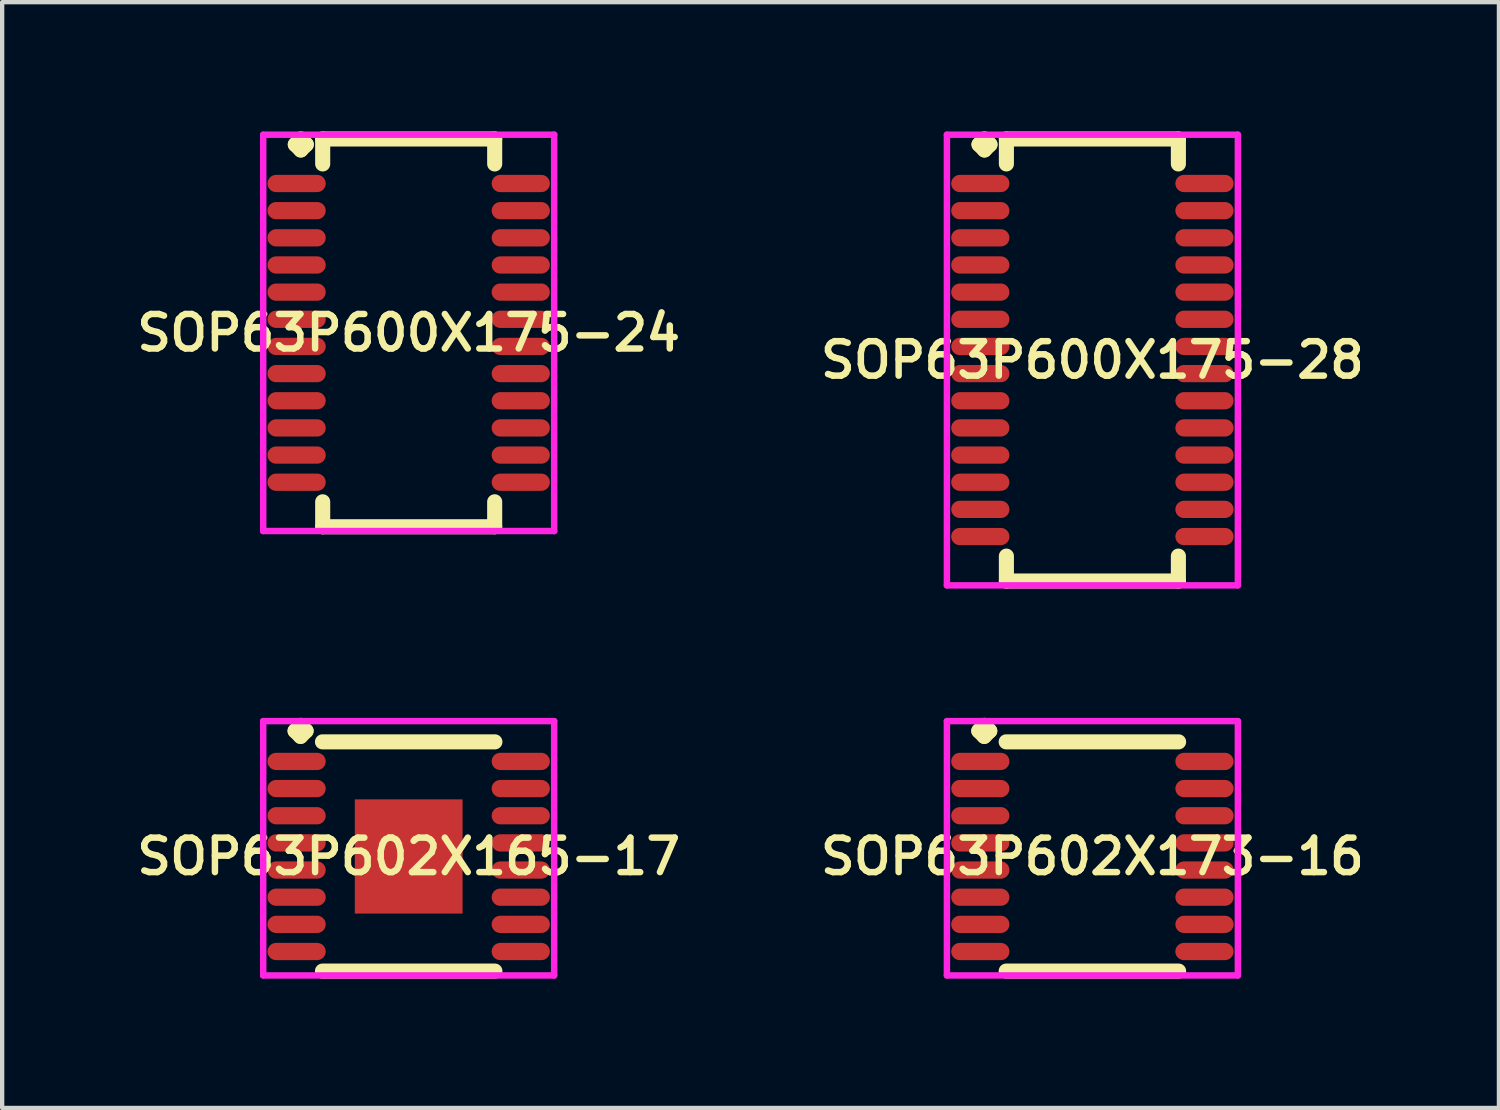
<source format=kicad_pcb>
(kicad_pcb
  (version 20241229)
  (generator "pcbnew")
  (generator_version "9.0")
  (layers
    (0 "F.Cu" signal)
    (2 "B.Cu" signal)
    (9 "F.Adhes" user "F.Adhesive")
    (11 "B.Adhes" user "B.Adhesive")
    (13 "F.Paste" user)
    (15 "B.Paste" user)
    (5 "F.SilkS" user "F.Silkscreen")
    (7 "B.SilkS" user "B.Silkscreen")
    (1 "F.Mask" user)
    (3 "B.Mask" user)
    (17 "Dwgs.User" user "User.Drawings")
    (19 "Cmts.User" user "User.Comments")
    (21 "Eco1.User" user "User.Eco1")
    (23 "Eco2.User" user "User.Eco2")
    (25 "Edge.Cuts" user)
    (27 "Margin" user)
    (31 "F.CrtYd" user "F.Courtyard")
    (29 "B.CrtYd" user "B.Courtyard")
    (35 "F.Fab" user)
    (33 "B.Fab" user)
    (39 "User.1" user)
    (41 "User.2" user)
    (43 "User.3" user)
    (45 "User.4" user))
  (footprint "SOP63P600X175-28"
    (layer "F.Cu")
    (at 22.292 5.302)
    (property "Reference" "SOP63P600X175-28" (at 0 0 0) (layer "F.SilkS") (effects (font (size 0.8 0.8) (thickness 0.15))))
    (attr smd)
    (fp_line (start -2.63 -5) (end -2.503 -5.127) (stroke (width 0.35) (type solid)) (layer "F.SilkS"))
    (fp_line (start -2.503 -5.127) (end -2.376 -5) (stroke (width 0.35) (type solid)) (layer "F.SilkS"))
    (fp_line (start -2.503 -4.873) (end -2.63 -5) (stroke (width 0.35) (type solid)) (layer "F.SilkS"))
    (fp_line (start -2.376 -5) (end -2.503 -4.873) (stroke (width 0.35) (type solid)) (layer "F.SilkS"))
    (fp_line (start -1.995 -5.127) (end 1.995 -5.127) (stroke (width 0.35) (type solid)) (layer "F.SilkS"))
    (fp_line (start -1.995 -4.549) (end -1.995 -5.127) (stroke (width 0.35) (type solid)) (layer "F.SilkS"))
    (fp_line (start -1.995 4.549) (end -1.995 5.127) (stroke (width 0.35) (type solid)) (layer "F.SilkS"))
    (fp_line (start -1.995 5.127) (end 1.995 5.127) (stroke (width 0.35) (type solid)) (layer "F.SilkS"))
    (fp_line (start 1.995 -5.127) (end 1.995 -4.549) (stroke (width 0.35) (type solid)) (layer "F.SilkS"))
    (fp_line (start 1.995 5.127) (end 1.995 4.549) (stroke (width 0.35) (type solid)) (layer "F.SilkS"))
    (fp_line (start -3.375 -5.227) (end 3.375 -5.227) (stroke (width 0.15) (type solid)) (layer "F.CrtYd"))
    (fp_line (start -3.375 5.227) (end -3.375 -5.227) (stroke (width 0.15) (type solid)) (layer "F.CrtYd"))
    (fp_line (start 3.375 -5.227) (end 3.375 5.227) (stroke (width 0.15) (type solid)) (layer "F.CrtYd"))
    (fp_line (start 3.375 5.227) (end -3.375 5.227) (stroke (width 0.15) (type solid)) (layer "F.CrtYd"))
    (pad "1" smd oval (at -2.6 -4.095) (size 1.35 0.4) (layers "F.Cu" "F.Mask" "F.Paste"))
    (pad "2" smd oval (at -2.6 -3.465) (size 1.35 0.4) (layers "F.Cu" "F.Mask" "F.Paste"))
    (pad "3" smd oval (at -2.6 -2.835) (size 1.35 0.4) (layers "F.Cu" "F.Mask" "F.Paste"))
    (pad "4" smd oval (at -2.6 -2.205) (size 1.35 0.4) (layers "F.Cu" "F.Mask" "F.Paste"))
    (pad "5" smd oval (at -2.6 -1.575) (size 1.35 0.4) (layers "F.Cu" "F.Mask" "F.Paste"))
    (pad "6" smd oval (at -2.6 -0.945) (size 1.35 0.4) (layers "F.Cu" "F.Mask" "F.Paste"))
    (pad "7" smd oval (at -2.6 -0.315) (size 1.35 0.4) (layers "F.Cu" "F.Mask" "F.Paste"))
    (pad "8" smd oval (at -2.6 0.315) (size 1.35 0.4) (layers "F.Cu" "F.Mask" "F.Paste"))
    (pad "9" smd oval (at -2.6 0.945) (size 1.35 0.4) (layers "F.Cu" "F.Mask" "F.Paste"))
    (pad "10" smd oval (at -2.6 1.575) (size 1.35 0.4) (layers "F.Cu" "F.Mask" "F.Paste"))
    (pad "11" smd oval (at -2.6 2.205) (size 1.35 0.4) (layers "F.Cu" "F.Mask" "F.Paste"))
    (pad "12" smd oval (at -2.6 2.835) (size 1.35 0.4) (layers "F.Cu" "F.Mask" "F.Paste"))
    (pad "13" smd oval (at -2.6 3.465) (size 1.35 0.4) (layers "F.Cu" "F.Mask" "F.Paste"))
    (pad "14" smd oval (at -2.6 4.095) (size 1.35 0.4) (layers "F.Cu" "F.Mask" "F.Paste"))
    (pad "15" smd oval (at 2.6 4.095) (size 1.35 0.4) (layers "F.Cu" "F.Mask" "F.Paste"))
    (pad "16" smd oval (at 2.6 3.465) (size 1.35 0.4) (layers "F.Cu" "F.Mask" "F.Paste"))
    (pad "17" smd oval (at 2.6 2.835) (size 1.35 0.4) (layers "F.Cu" "F.Mask" "F.Paste"))
    (pad "18" smd oval (at 2.6 2.205) (size 1.35 0.4) (layers "F.Cu" "F.Mask" "F.Paste"))
    (pad "19" smd oval (at 2.6 1.575) (size 1.35 0.4) (layers "F.Cu" "F.Mask" "F.Paste"))
    (pad "20" smd oval (at 2.6 0.945) (size 1.35 0.4) (layers "F.Cu" "F.Mask" "F.Paste"))
    (pad "21" smd oval (at 2.6 0.315) (size 1.35 0.4) (layers "F.Cu" "F.Mask" "F.Paste"))
    (pad "22" smd oval (at 2.6 -0.315) (size 1.35 0.4) (layers "F.Cu" "F.Mask" "F.Paste"))
    (pad "23" smd oval (at 2.6 -0.945) (size 1.35 0.4) (layers "F.Cu" "F.Mask" "F.Paste"))
    (pad "24" smd oval (at 2.6 -1.575) (size 1.35 0.4) (layers "F.Cu" "F.Mask" "F.Paste"))
    (pad "25" smd oval (at 2.6 -2.205) (size 1.35 0.4) (layers "F.Cu" "F.Mask" "F.Paste"))
    (pad "26" smd oval (at 2.6 -2.835) (size 1.35 0.4) (layers "F.Cu" "F.Mask" "F.Paste"))
    (pad "27" smd oval (at 2.6 -3.465) (size 1.35 0.4) (layers "F.Cu" "F.Mask" "F.Paste"))
    (pad "28" smd oval (at 2.6 -4.095) (size 1.35 0.4) (layers "F.Cu" "F.Mask" "F.Paste")))
  (footprint "SOP63P600X175-24"
    (layer "F.Cu")
    (at 6.431 4.672)
    (property "Reference" "SOP63P600X175-24" (at 0 0 0) (layer "F.SilkS") (effects (font (size 0.8 0.8) (thickness 0.15))))
    (attr smd)
    (fp_line (start -2.63 -4.37) (end -2.503 -4.497) (stroke (width 0.35) (type solid)) (layer "F.SilkS"))
    (fp_line (start -2.503 -4.497) (end -2.376 -4.37) (stroke (width 0.35) (type solid)) (layer "F.SilkS"))
    (fp_line (start -2.503 -4.243) (end -2.63 -4.37) (stroke (width 0.35) (type solid)) (layer "F.SilkS"))
    (fp_line (start -2.376 -4.37) (end -2.503 -4.243) (stroke (width 0.35) (type solid)) (layer "F.SilkS"))
    (fp_line (start -1.995 -4.497) (end 1.995 -4.497) (stroke (width 0.35) (type solid)) (layer "F.SilkS"))
    (fp_line (start -1.995 -3.919) (end -1.995 -4.497) (stroke (width 0.35) (type solid)) (layer "F.SilkS"))
    (fp_line (start -1.995 3.919) (end -1.995 4.497) (stroke (width 0.35) (type solid)) (layer "F.SilkS"))
    (fp_line (start -1.995 4.497) (end 1.995 4.497) (stroke (width 0.35) (type solid)) (layer "F.SilkS"))
    (fp_line (start 1.995 -4.497) (end 1.995 -3.919) (stroke (width 0.35) (type solid)) (layer "F.SilkS"))
    (fp_line (start 1.995 4.497) (end 1.995 3.919) (stroke (width 0.35) (type solid)) (layer "F.SilkS"))
    (fp_line (start -3.375 -4.597) (end 3.375 -4.597) (stroke (width 0.15) (type solid)) (layer "F.CrtYd"))
    (fp_line (start -3.375 4.597) (end -3.375 -4.597) (stroke (width 0.15) (type solid)) (layer "F.CrtYd"))
    (fp_line (start 3.375 -4.597) (end 3.375 4.597) (stroke (width 0.15) (type solid)) (layer "F.CrtYd"))
    (fp_line (start 3.375 4.597) (end -3.375 4.597) (stroke (width 0.15) (type solid)) (layer "F.CrtYd"))
    (pad "1" smd oval (at -2.6 -3.465) (size 1.35 0.4) (layers "F.Cu" "F.Mask" "F.Paste"))
    (pad "2" smd oval (at -2.6 -2.835) (size 1.35 0.4) (layers "F.Cu" "F.Mask" "F.Paste"))
    (pad "3" smd oval (at -2.6 -2.205) (size 1.35 0.4) (layers "F.Cu" "F.Mask" "F.Paste"))
    (pad "4" smd oval (at -2.6 -1.575) (size 1.35 0.4) (layers "F.Cu" "F.Mask" "F.Paste"))
    (pad "5" smd oval (at -2.6 -0.945) (size 1.35 0.4) (layers "F.Cu" "F.Mask" "F.Paste"))
    (pad "6" smd oval (at -2.6 -0.315) (size 1.35 0.4) (layers "F.Cu" "F.Mask" "F.Paste"))
    (pad "7" smd oval (at -2.6 0.315) (size 1.35 0.4) (layers "F.Cu" "F.Mask" "F.Paste"))
    (pad "8" smd oval (at -2.6 0.945) (size 1.35 0.4) (layers "F.Cu" "F.Mask" "F.Paste"))
    (pad "9" smd oval (at -2.6 1.575) (size 1.35 0.4) (layers "F.Cu" "F.Mask" "F.Paste"))
    (pad "10" smd oval (at -2.6 2.205) (size 1.35 0.4) (layers "F.Cu" "F.Mask" "F.Paste"))
    (pad "11" smd oval (at -2.6 2.835) (size 1.35 0.4) (layers "F.Cu" "F.Mask" "F.Paste"))
    (pad "12" smd oval (at -2.6 3.465) (size 1.35 0.4) (layers "F.Cu" "F.Mask" "F.Paste"))
    (pad "13" smd oval (at 2.6 3.465) (size 1.35 0.4) (layers "F.Cu" "F.Mask" "F.Paste"))
    (pad "14" smd oval (at 2.6 2.835) (size 1.35 0.4) (layers "F.Cu" "F.Mask" "F.Paste"))
    (pad "15" smd oval (at 2.6 2.205) (size 1.35 0.4) (layers "F.Cu" "F.Mask" "F.Paste"))
    (pad "16" smd oval (at 2.6 1.575) (size 1.35 0.4) (layers "F.Cu" "F.Mask" "F.Paste"))
    (pad "17" smd oval (at 2.6 0.945) (size 1.35 0.4) (layers "F.Cu" "F.Mask" "F.Paste"))
    (pad "18" smd oval (at 2.6 0.315) (size 1.35 0.4) (layers "F.Cu" "F.Mask" "F.Paste"))
    (pad "19" smd oval (at 2.6 -0.315) (size 1.35 0.4) (layers "F.Cu" "F.Mask" "F.Paste"))
    (pad "20" smd oval (at 2.6 -0.945) (size 1.35 0.4) (layers "F.Cu" "F.Mask" "F.Paste"))
    (pad "21" smd oval (at 2.6 -1.575) (size 1.35 0.4) (layers "F.Cu" "F.Mask" "F.Paste"))
    (pad "22" smd oval (at 2.6 -2.205) (size 1.35 0.4) (layers "F.Cu" "F.Mask" "F.Paste"))
    (pad "23" smd oval (at 2.6 -2.835) (size 1.35 0.4) (layers "F.Cu" "F.Mask" "F.Paste"))
    (pad "24" smd oval (at 2.6 -3.465) (size 1.35 0.4) (layers "F.Cu" "F.Mask" "F.Paste")))
  (footprint "SOP63P602X173-16"
    (layer "F.Cu")
    (at 22.292 16.819)
    (property "Reference" "SOP63P602X173-16" (at 0 0 0) (layer "F.SilkS") (effects (font (size 0.8 0.8) (thickness 0.15))))
    (attr through_hole)
    (fp_line (start -2.635 -2.913) (end -2.508 -3.04) (stroke (width 0.35) (type solid)) (layer "F.SilkS"))
    (fp_line (start -2.508 -3.04) (end -2.381 -2.913) (stroke (width 0.35) (type solid)) (layer "F.SilkS"))
    (fp_line (start -2.508 -2.786) (end -2.635 -2.913) (stroke (width 0.35) (type solid)) (layer "F.SilkS"))
    (fp_line (start -2.381 -2.913) (end -2.508 -2.786) (stroke (width 0.35) (type solid)) (layer "F.SilkS"))
    (fp_line (start -2 -2.659) (end 2 -2.659) (stroke (width 0.35) (type solid)) (layer "F.SilkS"))
    (fp_line (start -2 2.659) (end 2 2.659) (stroke (width 0.35) (type solid)) (layer "F.SilkS"))
    (fp_line (start -3.375 -3.14) (end 3.375 -3.14) (stroke (width 0.15) (type solid)) (layer "F.CrtYd"))
    (fp_line (start -3.375 2.759) (end -3.375 -3.14) (stroke (width 0.15) (type solid)) (layer "F.CrtYd"))
    (fp_line (start 3.375 -3.14) (end 3.375 2.759) (stroke (width 0.15) (type solid)) (layer "F.CrtYd"))
    (fp_line (start 3.375 2.759) (end -3.375 2.759) (stroke (width 0.15) (type solid)) (layer "F.CrtYd"))
    (pad "1" smd oval (at -2.6 -2.205) (size 1.35 0.4) (layers "F.Cu" "F.Mask" "F.Paste"))
    (pad "2" smd oval (at -2.6 -1.575) (size 1.35 0.4) (layers "F.Cu" "F.Mask" "F.Paste"))
    (pad "3" smd oval (at -2.6 -0.945) (size 1.35 0.4) (layers "F.Cu" "F.Mask" "F.Paste"))
    (pad "4" smd oval (at -2.6 -0.315) (size 1.35 0.4) (layers "F.Cu" "F.Mask" "F.Paste"))
    (pad "5" smd oval (at -2.6 0.315) (size 1.35 0.4) (layers "F.Cu" "F.Mask" "F.Paste"))
    (pad "6" smd oval (at -2.6 0.945) (size 1.35 0.4) (layers "F.Cu" "F.Mask" "F.Paste"))
    (pad "7" smd oval (at -2.6 1.575) (size 1.35 0.4) (layers "F.Cu" "F.Mask" "F.Paste"))
    (pad "8" smd oval (at -2.6 2.205) (size 1.35 0.4) (layers "F.Cu" "F.Mask" "F.Paste"))
    (pad "9" smd oval (at 2.6 2.205) (size 1.35 0.4) (layers "F.Cu" "F.Mask" "F.Paste"))
    (pad "10" smd oval (at 2.6 1.575) (size 1.35 0.4) (layers "F.Cu" "F.Mask" "F.Paste"))
    (pad "11" smd oval (at 2.6 0.945) (size 1.35 0.4) (layers "F.Cu" "F.Mask" "F.Paste"))
    (pad "12" smd oval (at 2.6 0.315) (size 1.35 0.4) (layers "F.Cu" "F.Mask" "F.Paste"))
    (pad "13" smd oval (at 2.6 -0.315) (size 1.35 0.4) (layers "F.Cu" "F.Mask" "F.Paste"))
    (pad "14" smd oval (at 2.6 -0.945) (size 1.35 0.4) (layers "F.Cu" "F.Mask" "F.Paste"))
    (pad "15" smd oval (at 2.6 -1.575) (size 1.35 0.4) (layers "F.Cu" "F.Mask" "F.Paste"))
    (pad "16" smd oval (at 2.6 -2.205) (size 1.35 0.4) (layers "F.Cu" "F.Mask" "F.Paste")))
  (footprint "SOP63P602X165-17"
    (layer "F.Cu")
    (at 6.431 16.819)
    (property "Reference" "SOP63P602X165-17" (at 0 0 0) (layer "F.SilkS") (effects (font (size 0.8 0.8) (thickness 0.15))))
    (attr through_hole)
    (fp_line (start -2.635 -2.913) (end -2.508 -3.04) (stroke (width 0.35) (type solid)) (layer "F.SilkS"))
    (fp_line (start -2.508 -3.04) (end -2.381 -2.913) (stroke (width 0.35) (type solid)) (layer "F.SilkS"))
    (fp_line (start -2.508 -2.786) (end -2.635 -2.913) (stroke (width 0.35) (type solid)) (layer "F.SilkS"))
    (fp_line (start -2.381 -2.913) (end -2.508 -2.786) (stroke (width 0.35) (type solid)) (layer "F.SilkS"))
    (fp_line (start -2 -2.659) (end 2 -2.659) (stroke (width 0.35) (type solid)) (layer "F.SilkS"))
    (fp_line (start -2 2.659) (end 2 2.659) (stroke (width 0.35) (type solid)) (layer "F.SilkS"))
    (fp_line (start -3.375 -3.14) (end 3.375 -3.14) (stroke (width 0.15) (type solid)) (layer "F.CrtYd"))
    (fp_line (start -3.375 2.759) (end -3.375 -3.14) (stroke (width 0.15) (type solid)) (layer "F.CrtYd"))
    (fp_line (start 3.375 -3.14) (end 3.375 2.759) (stroke (width 0.15) (type solid)) (layer "F.CrtYd"))
    (fp_line (start 3.375 2.759) (end -3.375 2.759) (stroke (width 0.15) (type solid)) (layer "F.CrtYd"))
    (pad "1" smd oval (at -2.6 -2.205) (size 1.35 0.4) (layers "F.Cu" "F.Mask" "F.Paste"))
    (pad "2" smd oval (at -2.6 -1.575) (size 1.35 0.4) (layers "F.Cu" "F.Mask" "F.Paste"))
    (pad "3" smd oval (at -2.6 -0.945) (size 1.35 0.4) (layers "F.Cu" "F.Mask" "F.Paste"))
    (pad "4" smd oval (at -2.6 -0.315) (size 1.35 0.4) (layers "F.Cu" "F.Mask" "F.Paste"))
    (pad "5" smd oval (at -2.6 0.315) (size 1.35 0.4) (layers "F.Cu" "F.Mask" "F.Paste"))
    (pad "6" smd oval (at -2.6 0.945) (size 1.35 0.4) (layers "F.Cu" "F.Mask" "F.Paste"))
    (pad "7" smd oval (at -2.6 1.575) (size 1.35 0.4) (layers "F.Cu" "F.Mask" "F.Paste"))
    (pad "8" smd oval (at -2.6 2.205) (size 1.35 0.4) (layers "F.Cu" "F.Mask" "F.Paste"))
    (pad "9" smd oval (at 2.6 2.205) (size 1.35 0.4) (layers "F.Cu" "F.Mask" "F.Paste"))
    (pad "10" smd oval (at 2.6 1.575) (size 1.35 0.4) (layers "F.Cu" "F.Mask" "F.Paste"))
    (pad "11" smd oval (at 2.6 0.945) (size 1.35 0.4) (layers "F.Cu" "F.Mask" "F.Paste"))
    (pad "12" smd oval (at 2.6 0.315) (size 1.35 0.4) (layers "F.Cu" "F.Mask" "F.Paste"))
    (pad "13" smd oval (at 2.6 -0.315) (size 1.35 0.4) (layers "F.Cu" "F.Mask" "F.Paste"))
    (pad "14" smd oval (at 2.6 -0.945) (size 1.35 0.4) (layers "F.Cu" "F.Mask" "F.Paste"))
    (pad "15" smd oval (at 2.6 -1.575) (size 1.35 0.4) (layers "F.Cu" "F.Mask" "F.Paste"))
    (pad "16" smd oval (at 2.6 -2.205) (size 1.35 0.4) (layers "F.Cu" "F.Mask" "F.Paste"))
    (pad "17" smd rect (at 0 0) (size 2.5 2.65) (layers "F.Cu" "F.Mask" "F.Paste")))
  (gr_rect
    (start -3 -3)
    (end 31.723 22.653)
    (stroke (width 0.1) (type default))
    (fill no)
    (layer "Edge.Cuts")))
</source>
